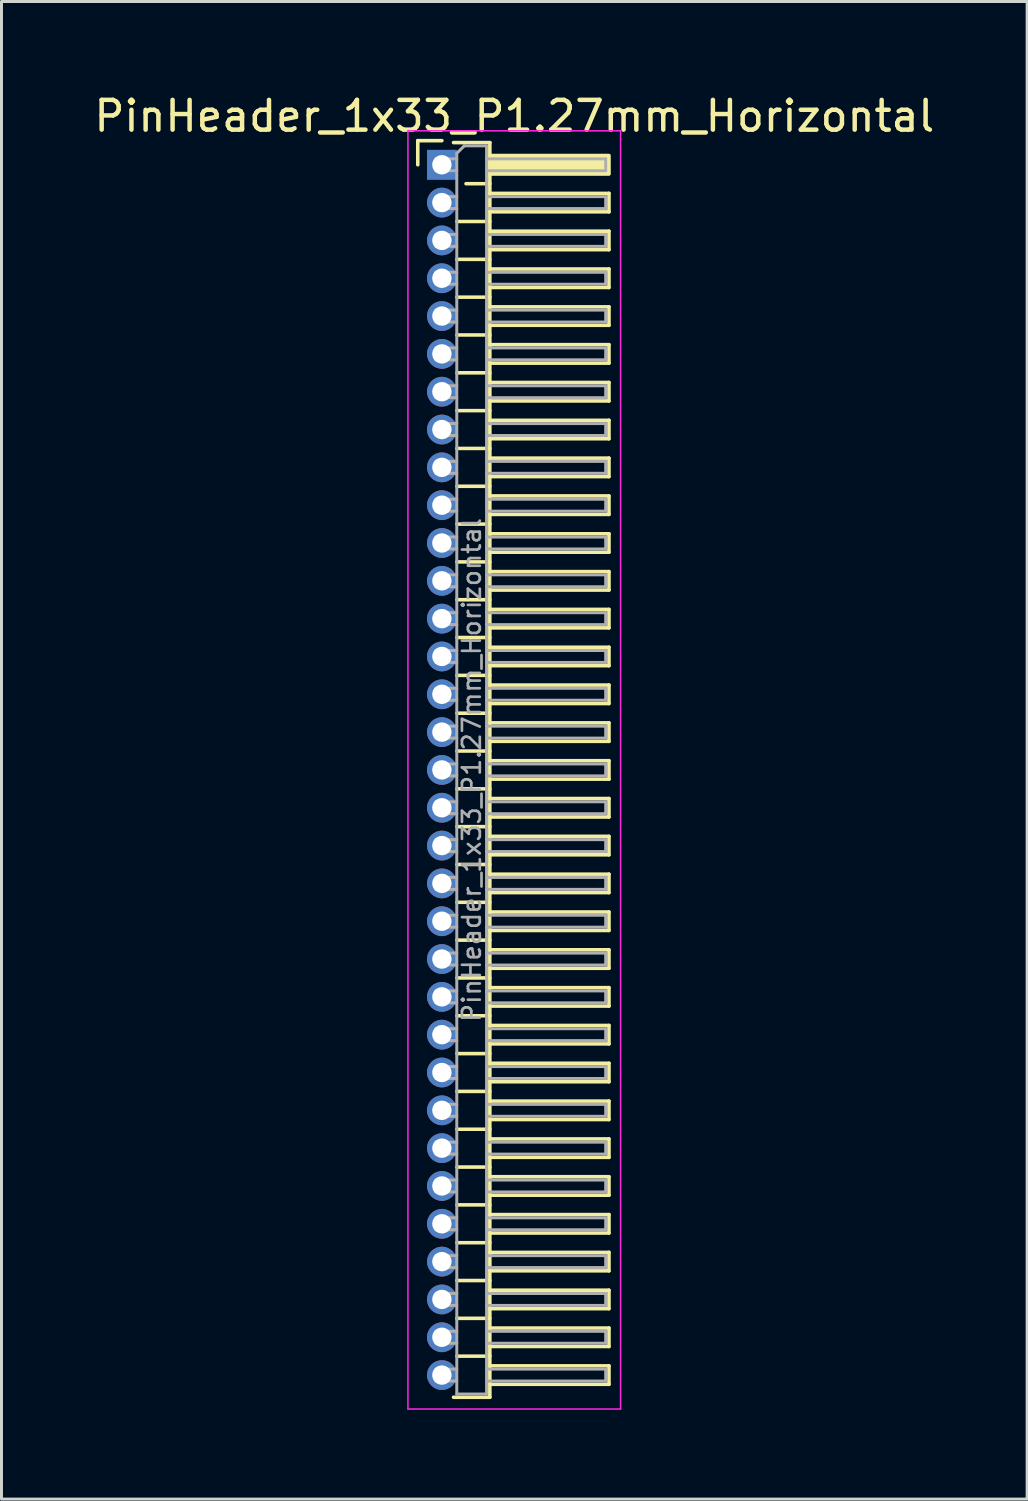
<source format=kicad_pcb>
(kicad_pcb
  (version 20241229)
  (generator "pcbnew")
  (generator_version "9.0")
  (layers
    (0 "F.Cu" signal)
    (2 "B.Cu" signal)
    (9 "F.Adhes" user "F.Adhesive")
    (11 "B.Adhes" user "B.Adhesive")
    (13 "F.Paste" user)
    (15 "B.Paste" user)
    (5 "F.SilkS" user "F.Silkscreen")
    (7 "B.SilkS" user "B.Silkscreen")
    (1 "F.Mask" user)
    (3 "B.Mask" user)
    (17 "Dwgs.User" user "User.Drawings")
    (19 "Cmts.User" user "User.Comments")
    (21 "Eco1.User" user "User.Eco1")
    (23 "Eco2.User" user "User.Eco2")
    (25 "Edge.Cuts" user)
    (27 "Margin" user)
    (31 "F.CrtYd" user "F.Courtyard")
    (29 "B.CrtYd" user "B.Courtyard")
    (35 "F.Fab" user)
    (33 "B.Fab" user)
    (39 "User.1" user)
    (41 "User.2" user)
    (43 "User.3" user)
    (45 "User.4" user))
  (footprint "PinHeader_1x33_P1.27mm_Horizontal"
    (layer "F.Cu")
    (at 11.788 2.483)
    (property "Reference" "PinHeader_1x33_P1.27mm_Horizontal" (at 2.433 -1.635 0) (layer "F.SilkS") (effects (font (size 1 1) (thickness 0.15))))
    (attr through_hole)
    (fp_line (start -0.81 -0.81) (end 0 -0.81) (stroke (width 0.12) (type solid)) (layer "F.SilkS"))
    (fp_line (start -0.81 0) (end -0.81 -0.81) (stroke (width 0.12) (type solid)) (layer "F.SilkS"))
    (fp_line (start 0.39 -0.745) (end 1.61 -0.745) (stroke (width 0.12) (type solid)) (layer "F.SilkS"))
    (fp_line (start 0.503 1.905) (end 1.61 1.905) (stroke (width 0.12) (type solid)) (layer "F.SilkS"))
    (fp_line (start 0.503 3.175) (end 1.61 3.175) (stroke (width 0.12) (type solid)) (layer "F.SilkS"))
    (fp_line (start 0.503 4.445) (end 1.61 4.445) (stroke (width 0.12) (type solid)) (layer "F.SilkS"))
    (fp_line (start 0.503 5.715) (end 1.61 5.715) (stroke (width 0.12) (type solid)) (layer "F.SilkS"))
    (fp_line (start 0.503 6.985) (end 1.61 6.985) (stroke (width 0.12) (type solid)) (layer "F.SilkS"))
    (fp_line (start 0.503 8.255) (end 1.61 8.255) (stroke (width 0.12) (type solid)) (layer "F.SilkS"))
    (fp_line (start 0.503 9.525) (end 1.61 9.525) (stroke (width 0.12) (type solid)) (layer "F.SilkS"))
    (fp_line (start 0.503 10.795) (end 1.61 10.795) (stroke (width 0.12) (type solid)) (layer "F.SilkS"))
    (fp_line (start 0.503 12.065) (end 1.61 12.065) (stroke (width 0.12) (type solid)) (layer "F.SilkS"))
    (fp_line (start 0.503 13.335) (end 1.61 13.335) (stroke (width 0.12) (type solid)) (layer "F.SilkS"))
    (fp_line (start 0.503 14.605) (end 1.61 14.605) (stroke (width 0.12) (type solid)) (layer "F.SilkS"))
    (fp_line (start 0.503 15.875) (end 1.61 15.875) (stroke (width 0.12) (type solid)) (layer "F.SilkS"))
    (fp_line (start 0.503 17.145) (end 1.61 17.145) (stroke (width 0.12) (type solid)) (layer "F.SilkS"))
    (fp_line (start 0.503 18.415) (end 1.61 18.415) (stroke (width 0.12) (type solid)) (layer "F.SilkS"))
    (fp_line (start 0.503 19.685) (end 1.61 19.685) (stroke (width 0.12) (type solid)) (layer "F.SilkS"))
    (fp_line (start 0.503 20.955) (end 1.61 20.955) (stroke (width 0.12) (type solid)) (layer "F.SilkS"))
    (fp_line (start 0.503 22.225) (end 1.61 22.225) (stroke (width 0.12) (type solid)) (layer "F.SilkS"))
    (fp_line (start 0.503 23.495) (end 1.61 23.495) (stroke (width 0.12) (type solid)) (layer "F.SilkS"))
    (fp_line (start 0.503 24.765) (end 1.61 24.765) (stroke (width 0.12) (type solid)) (layer "F.SilkS"))
    (fp_line (start 0.503 26.035) (end 1.61 26.035) (stroke (width 0.12) (type solid)) (layer "F.SilkS"))
    (fp_line (start 0.503 27.305) (end 1.61 27.305) (stroke (width 0.12) (type solid)) (layer "F.SilkS"))
    (fp_line (start 0.503 28.575) (end 1.61 28.575) (stroke (width 0.12) (type solid)) (layer "F.SilkS"))
    (fp_line (start 0.503 29.845) (end 1.61 29.845) (stroke (width 0.12) (type solid)) (layer "F.SilkS"))
    (fp_line (start 0.503 31.115) (end 1.61 31.115) (stroke (width 0.12) (type solid)) (layer "F.SilkS"))
    (fp_line (start 0.503 32.385) (end 1.61 32.385) (stroke (width 0.12) (type solid)) (layer "F.SilkS"))
    (fp_line (start 0.503 33.655) (end 1.61 33.655) (stroke (width 0.12) (type solid)) (layer "F.SilkS"))
    (fp_line (start 0.503 34.925) (end 1.61 34.925) (stroke (width 0.12) (type solid)) (layer "F.SilkS"))
    (fp_line (start 0.503 36.195) (end 1.61 36.195) (stroke (width 0.12) (type solid)) (layer "F.SilkS"))
    (fp_line (start 0.503 37.465) (end 1.61 37.465) (stroke (width 0.12) (type solid)) (layer "F.SilkS"))
    (fp_line (start 0.503 38.735) (end 1.61 38.735) (stroke (width 0.12) (type solid)) (layer "F.SilkS"))
    (fp_line (start 0.503 40.005) (end 1.61 40.005) (stroke (width 0.12) (type solid)) (layer "F.SilkS"))
    (fp_line (start 0.81 0.635) (end 1.61 0.635) (stroke (width 0.12) (type solid)) (layer "F.SilkS"))
    (fp_line (start 1.61 -0.745) (end 1.61 41.385) (stroke (width 0.12) (type solid)) (layer "F.SilkS"))
    (fp_line (start 1.61 0.96) (end 5.61 0.96) (stroke (width 0.12) (type solid)) (layer "F.SilkS"))
    (fp_line (start 1.61 2.23) (end 5.61 2.23) (stroke (width 0.12) (type solid)) (layer "F.SilkS"))
    (fp_line (start 1.61 3.5) (end 5.61 3.5) (stroke (width 0.12) (type solid)) (layer "F.SilkS"))
    (fp_line (start 1.61 4.77) (end 5.61 4.77) (stroke (width 0.12) (type solid)) (layer "F.SilkS"))
    (fp_line (start 1.61 6.04) (end 5.61 6.04) (stroke (width 0.12) (type solid)) (layer "F.SilkS"))
    (fp_line (start 1.61 7.31) (end 5.61 7.31) (stroke (width 0.12) (type solid)) (layer "F.SilkS"))
    (fp_line (start 1.61 8.58) (end 5.61 8.58) (stroke (width 0.12) (type solid)) (layer "F.SilkS"))
    (fp_line (start 1.61 9.85) (end 5.61 9.85) (stroke (width 0.12) (type solid)) (layer "F.SilkS"))
    (fp_line (start 1.61 11.12) (end 5.61 11.12) (stroke (width 0.12) (type solid)) (layer "F.SilkS"))
    (fp_line (start 1.61 12.39) (end 5.61 12.39) (stroke (width 0.12) (type solid)) (layer "F.SilkS"))
    (fp_line (start 1.61 13.66) (end 5.61 13.66) (stroke (width 0.12) (type solid)) (layer "F.SilkS"))
    (fp_line (start 1.61 14.93) (end 5.61 14.93) (stroke (width 0.12) (type solid)) (layer "F.SilkS"))
    (fp_line (start 1.61 16.2) (end 5.61 16.2) (stroke (width 0.12) (type solid)) (layer "F.SilkS"))
    (fp_line (start 1.61 17.47) (end 5.61 17.47) (stroke (width 0.12) (type solid)) (layer "F.SilkS"))
    (fp_line (start 1.61 18.74) (end 5.61 18.74) (stroke (width 0.12) (type solid)) (layer "F.SilkS"))
    (fp_line (start 1.61 20.01) (end 5.61 20.01) (stroke (width 0.12) (type solid)) (layer "F.SilkS"))
    (fp_line (start 1.61 21.28) (end 5.61 21.28) (stroke (width 0.12) (type solid)) (layer "F.SilkS"))
    (fp_line (start 1.61 22.55) (end 5.61 22.55) (stroke (width 0.12) (type solid)) (layer "F.SilkS"))
    (fp_line (start 1.61 23.82) (end 5.61 23.82) (stroke (width 0.12) (type solid)) (layer "F.SilkS"))
    (fp_line (start 1.61 25.09) (end 5.61 25.09) (stroke (width 0.12) (type solid)) (layer "F.SilkS"))
    (fp_line (start 1.61 26.36) (end 5.61 26.36) (stroke (width 0.12) (type solid)) (layer "F.SilkS"))
    (fp_line (start 1.61 27.63) (end 5.61 27.63) (stroke (width 0.12) (type solid)) (layer "F.SilkS"))
    (fp_line (start 1.61 28.9) (end 5.61 28.9) (stroke (width 0.12) (type solid)) (layer "F.SilkS"))
    (fp_line (start 1.61 30.17) (end 5.61 30.17) (stroke (width 0.12) (type solid)) (layer "F.SilkS"))
    (fp_line (start 1.61 31.44) (end 5.61 31.44) (stroke (width 0.12) (type solid)) (layer "F.SilkS"))
    (fp_line (start 1.61 32.71) (end 5.61 32.71) (stroke (width 0.12) (type solid)) (layer "F.SilkS"))
    (fp_line (start 1.61 33.98) (end 5.61 33.98) (stroke (width 0.12) (type solid)) (layer "F.SilkS"))
    (fp_line (start 1.61 35.25) (end 5.61 35.25) (stroke (width 0.12) (type solid)) (layer "F.SilkS"))
    (fp_line (start 1.61 36.52) (end 5.61 36.52) (stroke (width 0.12) (type solid)) (layer "F.SilkS"))
    (fp_line (start 1.61 37.79) (end 5.61 37.79) (stroke (width 0.12) (type solid)) (layer "F.SilkS"))
    (fp_line (start 1.61 39.06) (end 5.61 39.06) (stroke (width 0.12) (type solid)) (layer "F.SilkS"))
    (fp_line (start 1.61 40.33) (end 5.61 40.33) (stroke (width 0.12) (type solid)) (layer "F.SilkS"))
    (fp_line (start 1.61 41.385) (end 0.39 41.385) (stroke (width 0.12) (type solid)) (layer "F.SilkS"))
    (fp_line (start 5.61 0.96) (end 5.61 1.58) (stroke (width 0.12) (type solid)) (layer "F.SilkS"))
    (fp_line (start 5.61 1.58) (end 1.61 1.58) (stroke (width 0.12) (type solid)) (layer "F.SilkS"))
    (fp_line (start 5.61 2.23) (end 5.61 2.85) (stroke (width 0.12) (type solid)) (layer "F.SilkS"))
    (fp_line (start 5.61 2.85) (end 1.61 2.85) (stroke (width 0.12) (type solid)) (layer "F.SilkS"))
    (fp_line (start 5.61 3.5) (end 5.61 4.12) (stroke (width 0.12) (type solid)) (layer "F.SilkS"))
    (fp_line (start 5.61 4.12) (end 1.61 4.12) (stroke (width 0.12) (type solid)) (layer "F.SilkS"))
    (fp_line (start 5.61 4.77) (end 5.61 5.39) (stroke (width 0.12) (type solid)) (layer "F.SilkS"))
    (fp_line (start 5.61 5.39) (end 1.61 5.39) (stroke (width 0.12) (type solid)) (layer "F.SilkS"))
    (fp_line (start 5.61 6.04) (end 5.61 6.66) (stroke (width 0.12) (type solid)) (layer "F.SilkS"))
    (fp_line (start 5.61 6.66) (end 1.61 6.66) (stroke (width 0.12) (type solid)) (layer "F.SilkS"))
    (fp_line (start 5.61 7.31) (end 5.61 7.93) (stroke (width 0.12) (type solid)) (layer "F.SilkS"))
    (fp_line (start 5.61 7.93) (end 1.61 7.93) (stroke (width 0.12) (type solid)) (layer "F.SilkS"))
    (fp_line (start 5.61 8.58) (end 5.61 9.2) (stroke (width 0.12) (type solid)) (layer "F.SilkS"))
    (fp_line (start 5.61 9.2) (end 1.61 9.2) (stroke (width 0.12) (type solid)) (layer "F.SilkS"))
    (fp_line (start 5.61 9.85) (end 5.61 10.47) (stroke (width 0.12) (type solid)) (layer "F.SilkS"))
    (fp_line (start 5.61 10.47) (end 1.61 10.47) (stroke (width 0.12) (type solid)) (layer "F.SilkS"))
    (fp_line (start 5.61 11.12) (end 5.61 11.74) (stroke (width 0.12) (type solid)) (layer "F.SilkS"))
    (fp_line (start 5.61 11.74) (end 1.61 11.74) (stroke (width 0.12) (type solid)) (layer "F.SilkS"))
    (fp_line (start 5.61 12.39) (end 5.61 13.01) (stroke (width 0.12) (type solid)) (layer "F.SilkS"))
    (fp_line (start 5.61 13.01) (end 1.61 13.01) (stroke (width 0.12) (type solid)) (layer "F.SilkS"))
    (fp_line (start 5.61 13.66) (end 5.61 14.28) (stroke (width 0.12) (type solid)) (layer "F.SilkS"))
    (fp_line (start 5.61 14.28) (end 1.61 14.28) (stroke (width 0.12) (type solid)) (layer "F.SilkS"))
    (fp_line (start 5.61 14.93) (end 5.61 15.55) (stroke (width 0.12) (type solid)) (layer "F.SilkS"))
    (fp_line (start 5.61 15.55) (end 1.61 15.55) (stroke (width 0.12) (type solid)) (layer "F.SilkS"))
    (fp_line (start 5.61 16.2) (end 5.61 16.82) (stroke (width 0.12) (type solid)) (layer "F.SilkS"))
    (fp_line (start 5.61 16.82) (end 1.61 16.82) (stroke (width 0.12) (type solid)) (layer "F.SilkS"))
    (fp_line (start 5.61 17.47) (end 5.61 18.09) (stroke (width 0.12) (type solid)) (layer "F.SilkS"))
    (fp_line (start 5.61 18.09) (end 1.61 18.09) (stroke (width 0.12) (type solid)) (layer "F.SilkS"))
    (fp_line (start 5.61 18.74) (end 5.61 19.36) (stroke (width 0.12) (type solid)) (layer "F.SilkS"))
    (fp_line (start 5.61 19.36) (end 1.61 19.36) (stroke (width 0.12) (type solid)) (layer "F.SilkS"))
    (fp_line (start 5.61 20.01) (end 5.61 20.63) (stroke (width 0.12) (type solid)) (layer "F.SilkS"))
    (fp_line (start 5.61 20.63) (end 1.61 20.63) (stroke (width 0.12) (type solid)) (layer "F.SilkS"))
    (fp_line (start 5.61 21.28) (end 5.61 21.9) (stroke (width 0.12) (type solid)) (layer "F.SilkS"))
    (fp_line (start 5.61 21.9) (end 1.61 21.9) (stroke (width 0.12) (type solid)) (layer "F.SilkS"))
    (fp_line (start 5.61 22.55) (end 5.61 23.17) (stroke (width 0.12) (type solid)) (layer "F.SilkS"))
    (fp_line (start 5.61 23.17) (end 1.61 23.17) (stroke (width 0.12) (type solid)) (layer "F.SilkS"))
    (fp_line (start 5.61 23.82) (end 5.61 24.44) (stroke (width 0.12) (type solid)) (layer "F.SilkS"))
    (fp_line (start 5.61 24.44) (end 1.61 24.44) (stroke (width 0.12) (type solid)) (layer "F.SilkS"))
    (fp_line (start 5.61 25.09) (end 5.61 25.71) (stroke (width 0.12) (type solid)) (layer "F.SilkS"))
    (fp_line (start 5.61 25.71) (end 1.61 25.71) (stroke (width 0.12) (type solid)) (layer "F.SilkS"))
    (fp_line (start 5.61 26.36) (end 5.61 26.98) (stroke (width 0.12) (type solid)) (layer "F.SilkS"))
    (fp_line (start 5.61 26.98) (end 1.61 26.98) (stroke (width 0.12) (type solid)) (layer "F.SilkS"))
    (fp_line (start 5.61 27.63) (end 5.61 28.25) (stroke (width 0.12) (type solid)) (layer "F.SilkS"))
    (fp_line (start 5.61 28.25) (end 1.61 28.25) (stroke (width 0.12) (type solid)) (layer "F.SilkS"))
    (fp_line (start 5.61 28.9) (end 5.61 29.52) (stroke (width 0.12) (type solid)) (layer "F.SilkS"))
    (fp_line (start 5.61 29.52) (end 1.61 29.52) (stroke (width 0.12) (type solid)) (layer "F.SilkS"))
    (fp_line (start 5.61 30.17) (end 5.61 30.79) (stroke (width 0.12) (type solid)) (layer "F.SilkS"))
    (fp_line (start 5.61 30.79) (end 1.61 30.79) (stroke (width 0.12) (type solid)) (layer "F.SilkS"))
    (fp_line (start 5.61 31.44) (end 5.61 32.06) (stroke (width 0.12) (type solid)) (layer "F.SilkS"))
    (fp_line (start 5.61 32.06) (end 1.61 32.06) (stroke (width 0.12) (type solid)) (layer "F.SilkS"))
    (fp_line (start 5.61 32.71) (end 5.61 33.33) (stroke (width 0.12) (type solid)) (layer "F.SilkS"))
    (fp_line (start 5.61 33.33) (end 1.61 33.33) (stroke (width 0.12) (type solid)) (layer "F.SilkS"))
    (fp_line (start 5.61 33.98) (end 5.61 34.6) (stroke (width 0.12) (type solid)) (layer "F.SilkS"))
    (fp_line (start 5.61 34.6) (end 1.61 34.6) (stroke (width 0.12) (type solid)) (layer "F.SilkS"))
    (fp_line (start 5.61 35.25) (end 5.61 35.87) (stroke (width 0.12) (type solid)) (layer "F.SilkS"))
    (fp_line (start 5.61 35.87) (end 1.61 35.87) (stroke (width 0.12) (type solid)) (layer "F.SilkS"))
    (fp_line (start 5.61 36.52) (end 5.61 37.14) (stroke (width 0.12) (type solid)) (layer "F.SilkS"))
    (fp_line (start 5.61 37.14) (end 1.61 37.14) (stroke (width 0.12) (type solid)) (layer "F.SilkS"))
    (fp_line (start 5.61 37.79) (end 5.61 38.41) (stroke (width 0.12) (type solid)) (layer "F.SilkS"))
    (fp_line (start 5.61 38.41) (end 1.61 38.41) (stroke (width 0.12) (type solid)) (layer "F.SilkS"))
    (fp_line (start 5.61 39.06) (end 5.61 39.68) (stroke (width 0.12) (type solid)) (layer "F.SilkS"))
    (fp_line (start 5.61 39.68) (end 1.61 39.68) (stroke (width 0.12) (type solid)) (layer "F.SilkS"))
    (fp_line (start 5.61 40.33) (end 5.61 40.95) (stroke (width 0.12) (type solid)) (layer "F.SilkS"))
    (fp_line (start 5.61 40.95) (end 1.61 40.95) (stroke (width 0.12) (type solid)) (layer "F.SilkS"))
    (fp_rect (start 1.61 -0.31) (end 5.61 0.31) (stroke (width 0.12) (type solid)) (fill yes) (layer "F.SilkS"))
    (fp_line (start -1.14 -1.14) (end -1.14 41.78) (stroke (width 0.05) (type solid)) (layer "F.CrtYd"))
    (fp_line (start -1.14 41.78) (end 6 41.78) (stroke (width 0.05) (type solid)) (layer "F.CrtYd"))
    (fp_line (start 6 -1.14) (end -1.14 -1.14) (stroke (width 0.05) (type solid)) (layer "F.CrtYd"))
    (fp_line (start 6 41.78) (end 6 -1.14) (stroke (width 0.05) (type solid)) (layer "F.CrtYd"))
    (fp_line (start -0.2 -0.2) (end -0.2 0.2) (stroke (width 0.1) (type solid)) (layer "F.Fab"))
    (fp_line (start -0.2 -0.2) (end 0.5 -0.2) (stroke (width 0.1) (type solid)) (layer "F.Fab"))
    (fp_line (start -0.2 0.2) (end 0.5 0.2) (stroke (width 0.1) (type solid)) (layer "F.Fab"))
    (fp_line (start -0.2 1.07) (end -0.2 1.47) (stroke (width 0.1) (type solid)) (layer "F.Fab"))
    (fp_line (start -0.2 1.07) (end 0.5 1.07) (stroke (width 0.1) (type solid)) (layer "F.Fab"))
    (fp_line (start -0.2 1.47) (end 0.5 1.47) (stroke (width 0.1) (type solid)) (layer "F.Fab"))
    (fp_line (start -0.2 2.34) (end -0.2 2.74) (stroke (width 0.1) (type solid)) (layer "F.Fab"))
    (fp_line (start -0.2 2.34) (end 0.5 2.34) (stroke (width 0.1) (type solid)) (layer "F.Fab"))
    (fp_line (start -0.2 2.74) (end 0.5 2.74) (stroke (width 0.1) (type solid)) (layer "F.Fab"))
    (fp_line (start -0.2 3.61) (end -0.2 4.01) (stroke (width 0.1) (type solid)) (layer "F.Fab"))
    (fp_line (start -0.2 3.61) (end 0.5 3.61) (stroke (width 0.1) (type solid)) (layer "F.Fab"))
    (fp_line (start -0.2 4.01) (end 0.5 4.01) (stroke (width 0.1) (type solid)) (layer "F.Fab"))
    (fp_line (start -0.2 4.88) (end -0.2 5.28) (stroke (width 0.1) (type solid)) (layer "F.Fab"))
    (fp_line (start -0.2 4.88) (end 0.5 4.88) (stroke (width 0.1) (type solid)) (layer "F.Fab"))
    (fp_line (start -0.2 5.28) (end 0.5 5.28) (stroke (width 0.1) (type solid)) (layer "F.Fab"))
    (fp_line (start -0.2 6.15) (end -0.2 6.55) (stroke (width 0.1) (type solid)) (layer "F.Fab"))
    (fp_line (start -0.2 6.15) (end 0.5 6.15) (stroke (width 0.1) (type solid)) (layer "F.Fab"))
    (fp_line (start -0.2 6.55) (end 0.5 6.55) (stroke (width 0.1) (type solid)) (layer "F.Fab"))
    (fp_line (start -0.2 7.42) (end -0.2 7.82) (stroke (width 0.1) (type solid)) (layer "F.Fab"))
    (fp_line (start -0.2 7.42) (end 0.5 7.42) (stroke (width 0.1) (type solid)) (layer "F.Fab"))
    (fp_line (start -0.2 7.82) (end 0.5 7.82) (stroke (width 0.1) (type solid)) (layer "F.Fab"))
    (fp_line (start -0.2 8.69) (end -0.2 9.09) (stroke (width 0.1) (type solid)) (layer "F.Fab"))
    (fp_line (start -0.2 8.69) (end 0.5 8.69) (stroke (width 0.1) (type solid)) (layer "F.Fab"))
    (fp_line (start -0.2 9.09) (end 0.5 9.09) (stroke (width 0.1) (type solid)) (layer "F.Fab"))
    (fp_line (start -0.2 9.96) (end -0.2 10.36) (stroke (width 0.1) (type solid)) (layer "F.Fab"))
    (fp_line (start -0.2 9.96) (end 0.5 9.96) (stroke (width 0.1) (type solid)) (layer "F.Fab"))
    (fp_line (start -0.2 10.36) (end 0.5 10.36) (stroke (width 0.1) (type solid)) (layer "F.Fab"))
    (fp_line (start -0.2 11.23) (end -0.2 11.63) (stroke (width 0.1) (type solid)) (layer "F.Fab"))
    (fp_line (start -0.2 11.23) (end 0.5 11.23) (stroke (width 0.1) (type solid)) (layer "F.Fab"))
    (fp_line (start -0.2 11.63) (end 0.5 11.63) (stroke (width 0.1) (type solid)) (layer "F.Fab"))
    (fp_line (start -0.2 12.5) (end -0.2 12.9) (stroke (width 0.1) (type solid)) (layer "F.Fab"))
    (fp_line (start -0.2 12.5) (end 0.5 12.5) (stroke (width 0.1) (type solid)) (layer "F.Fab"))
    (fp_line (start -0.2 12.9) (end 0.5 12.9) (stroke (width 0.1) (type solid)) (layer "F.Fab"))
    (fp_line (start -0.2 13.77) (end -0.2 14.17) (stroke (width 0.1) (type solid)) (layer "F.Fab"))
    (fp_line (start -0.2 13.77) (end 0.5 13.77) (stroke (width 0.1) (type solid)) (layer "F.Fab"))
    (fp_line (start -0.2 14.17) (end 0.5 14.17) (stroke (width 0.1) (type solid)) (layer "F.Fab"))
    (fp_line (start -0.2 15.04) (end -0.2 15.44) (stroke (width 0.1) (type solid)) (layer "F.Fab"))
    (fp_line (start -0.2 15.04) (end 0.5 15.04) (stroke (width 0.1) (type solid)) (layer "F.Fab"))
    (fp_line (start -0.2 15.44) (end 0.5 15.44) (stroke (width 0.1) (type solid)) (layer "F.Fab"))
    (fp_line (start -0.2 16.31) (end -0.2 16.71) (stroke (width 0.1) (type solid)) (layer "F.Fab"))
    (fp_line (start -0.2 16.31) (end 0.5 16.31) (stroke (width 0.1) (type solid)) (layer "F.Fab"))
    (fp_line (start -0.2 16.71) (end 0.5 16.71) (stroke (width 0.1) (type solid)) (layer "F.Fab"))
    (fp_line (start -0.2 17.58) (end -0.2 17.98) (stroke (width 0.1) (type solid)) (layer "F.Fab"))
    (fp_line (start -0.2 17.58) (end 0.5 17.58) (stroke (width 0.1) (type solid)) (layer "F.Fab"))
    (fp_line (start -0.2 17.98) (end 0.5 17.98) (stroke (width 0.1) (type solid)) (layer "F.Fab"))
    (fp_line (start -0.2 18.85) (end -0.2 19.25) (stroke (width 0.1) (type solid)) (layer "F.Fab"))
    (fp_line (start -0.2 18.85) (end 0.5 18.85) (stroke (width 0.1) (type solid)) (layer "F.Fab"))
    (fp_line (start -0.2 19.25) (end 0.5 19.25) (stroke (width 0.1) (type solid)) (layer "F.Fab"))
    (fp_line (start -0.2 20.12) (end -0.2 20.52) (stroke (width 0.1) (type solid)) (layer "F.Fab"))
    (fp_line (start -0.2 20.12) (end 0.5 20.12) (stroke (width 0.1) (type solid)) (layer "F.Fab"))
    (fp_line (start -0.2 20.52) (end 0.5 20.52) (stroke (width 0.1) (type solid)) (layer "F.Fab"))
    (fp_line (start -0.2 21.39) (end -0.2 21.79) (stroke (width 0.1) (type solid)) (layer "F.Fab"))
    (fp_line (start -0.2 21.39) (end 0.5 21.39) (stroke (width 0.1) (type solid)) (layer "F.Fab"))
    (fp_line (start -0.2 21.79) (end 0.5 21.79) (stroke (width 0.1) (type solid)) (layer "F.Fab"))
    (fp_line (start -0.2 22.66) (end -0.2 23.06) (stroke (width 0.1) (type solid)) (layer "F.Fab"))
    (fp_line (start -0.2 22.66) (end 0.5 22.66) (stroke (width 0.1) (type solid)) (layer "F.Fab"))
    (fp_line (start -0.2 23.06) (end 0.5 23.06) (stroke (width 0.1) (type solid)) (layer "F.Fab"))
    (fp_line (start -0.2 23.93) (end -0.2 24.33) (stroke (width 0.1) (type solid)) (layer "F.Fab"))
    (fp_line (start -0.2 23.93) (end 0.5 23.93) (stroke (width 0.1) (type solid)) (layer "F.Fab"))
    (fp_line (start -0.2 24.33) (end 0.5 24.33) (stroke (width 0.1) (type solid)) (layer "F.Fab"))
    (fp_line (start -0.2 25.2) (end -0.2 25.6) (stroke (width 0.1) (type solid)) (layer "F.Fab"))
    (fp_line (start -0.2 25.2) (end 0.5 25.2) (stroke (width 0.1) (type solid)) (layer "F.Fab"))
    (fp_line (start -0.2 25.6) (end 0.5 25.6) (stroke (width 0.1) (type solid)) (layer "F.Fab"))
    (fp_line (start -0.2 26.47) (end -0.2 26.87) (stroke (width 0.1) (type solid)) (layer "F.Fab"))
    (fp_line (start -0.2 26.47) (end 0.5 26.47) (stroke (width 0.1) (type solid)) (layer "F.Fab"))
    (fp_line (start -0.2 26.87) (end 0.5 26.87) (stroke (width 0.1) (type solid)) (layer "F.Fab"))
    (fp_line (start -0.2 27.74) (end -0.2 28.14) (stroke (width 0.1) (type solid)) (layer "F.Fab"))
    (fp_line (start -0.2 27.74) (end 0.5 27.74) (stroke (width 0.1) (type solid)) (layer "F.Fab"))
    (fp_line (start -0.2 28.14) (end 0.5 28.14) (stroke (width 0.1) (type solid)) (layer "F.Fab"))
    (fp_line (start -0.2 29.01) (end -0.2 29.41) (stroke (width 0.1) (type solid)) (layer "F.Fab"))
    (fp_line (start -0.2 29.01) (end 0.5 29.01) (stroke (width 0.1) (type solid)) (layer "F.Fab"))
    (fp_line (start -0.2 29.41) (end 0.5 29.41) (stroke (width 0.1) (type solid)) (layer "F.Fab"))
    (fp_line (start -0.2 30.28) (end -0.2 30.68) (stroke (width 0.1) (type solid)) (layer "F.Fab"))
    (fp_line (start -0.2 30.28) (end 0.5 30.28) (stroke (width 0.1) (type solid)) (layer "F.Fab"))
    (fp_line (start -0.2 30.68) (end 0.5 30.68) (stroke (width 0.1) (type solid)) (layer "F.Fab"))
    (fp_line (start -0.2 31.55) (end -0.2 31.95) (stroke (width 0.1) (type solid)) (layer "F.Fab"))
    (fp_line (start -0.2 31.55) (end 0.5 31.55) (stroke (width 0.1) (type solid)) (layer "F.Fab"))
    (fp_line (start -0.2 31.95) (end 0.5 31.95) (stroke (width 0.1) (type solid)) (layer "F.Fab"))
    (fp_line (start -0.2 32.82) (end -0.2 33.22) (stroke (width 0.1) (type solid)) (layer "F.Fab"))
    (fp_line (start -0.2 32.82) (end 0.5 32.82) (stroke (width 0.1) (type solid)) (layer "F.Fab"))
    (fp_line (start -0.2 33.22) (end 0.5 33.22) (stroke (width 0.1) (type solid)) (layer "F.Fab"))
    (fp_line (start -0.2 34.09) (end -0.2 34.49) (stroke (width 0.1) (type solid)) (layer "F.Fab"))
    (fp_line (start -0.2 34.09) (end 0.5 34.09) (stroke (width 0.1) (type solid)) (layer "F.Fab"))
    (fp_line (start -0.2 34.49) (end 0.5 34.49) (stroke (width 0.1) (type solid)) (layer "F.Fab"))
    (fp_line (start -0.2 35.36) (end -0.2 35.76) (stroke (width 0.1) (type solid)) (layer "F.Fab"))
    (fp_line (start -0.2 35.36) (end 0.5 35.36) (stroke (width 0.1) (type solid)) (layer "F.Fab"))
    (fp_line (start -0.2 35.76) (end 0.5 35.76) (stroke (width 0.1) (type solid)) (layer "F.Fab"))
    (fp_line (start -0.2 36.63) (end -0.2 37.03) (stroke (width 0.1) (type solid)) (layer "F.Fab"))
    (fp_line (start -0.2 36.63) (end 0.5 36.63) (stroke (width 0.1) (type solid)) (layer "F.Fab"))
    (fp_line (start -0.2 37.03) (end 0.5 37.03) (stroke (width 0.1) (type solid)) (layer "F.Fab"))
    (fp_line (start -0.2 37.9) (end -0.2 38.3) (stroke (width 0.1) (type solid)) (layer "F.Fab"))
    (fp_line (start -0.2 37.9) (end 0.5 37.9) (stroke (width 0.1) (type solid)) (layer "F.Fab"))
    (fp_line (start -0.2 38.3) (end 0.5 38.3) (stroke (width 0.1) (type solid)) (layer "F.Fab"))
    (fp_line (start -0.2 39.17) (end -0.2 39.57) (stroke (width 0.1) (type solid)) (layer "F.Fab"))
    (fp_line (start -0.2 39.17) (end 0.5 39.17) (stroke (width 0.1) (type solid)) (layer "F.Fab"))
    (fp_line (start -0.2 39.57) (end 0.5 39.57) (stroke (width 0.1) (type solid)) (layer "F.Fab"))
    (fp_line (start -0.2 40.44) (end -0.2 40.84) (stroke (width 0.1) (type solid)) (layer "F.Fab"))
    (fp_line (start -0.2 40.44) (end 0.5 40.44) (stroke (width 0.1) (type solid)) (layer "F.Fab"))
    (fp_line (start -0.2 40.84) (end 0.5 40.84) (stroke (width 0.1) (type solid)) (layer "F.Fab"))
    (fp_line (start 0.5 -0.385) (end 0.75 -0.635) (stroke (width 0.1) (type solid)) (layer "F.Fab"))
    (fp_line (start 0.5 41.275) (end 0.5 -0.385) (stroke (width 0.1) (type solid)) (layer "F.Fab"))
    (fp_line (start 0.75 -0.635) (end 1.5 -0.635) (stroke (width 0.1) (type solid)) (layer "F.Fab"))
    (fp_line (start 1.5 -0.635) (end 1.5 41.275) (stroke (width 0.1) (type solid)) (layer "F.Fab"))
    (fp_line (start 1.5 -0.2) (end 5.5 -0.2) (stroke (width 0.1) (type solid)) (layer "F.Fab"))
    (fp_line (start 1.5 0.2) (end 5.5 0.2) (stroke (width 0.1) (type solid)) (layer "F.Fab"))
    (fp_line (start 1.5 1.07) (end 5.5 1.07) (stroke (width 0.1) (type solid)) (layer "F.Fab"))
    (fp_line (start 1.5 1.47) (end 5.5 1.47) (stroke (width 0.1) (type solid)) (layer "F.Fab"))
    (fp_line (start 1.5 2.34) (end 5.5 2.34) (stroke (width 0.1) (type solid)) (layer "F.Fab"))
    (fp_line (start 1.5 2.74) (end 5.5 2.74) (stroke (width 0.1) (type solid)) (layer "F.Fab"))
    (fp_line (start 1.5 3.61) (end 5.5 3.61) (stroke (width 0.1) (type solid)) (layer "F.Fab"))
    (fp_line (start 1.5 4.01) (end 5.5 4.01) (stroke (width 0.1) (type solid)) (layer "F.Fab"))
    (fp_line (start 1.5 4.88) (end 5.5 4.88) (stroke (width 0.1) (type solid)) (layer "F.Fab"))
    (fp_line (start 1.5 5.28) (end 5.5 5.28) (stroke (width 0.1) (type solid)) (layer "F.Fab"))
    (fp_line (start 1.5 6.15) (end 5.5 6.15) (stroke (width 0.1) (type solid)) (layer "F.Fab"))
    (fp_line (start 1.5 6.55) (end 5.5 6.55) (stroke (width 0.1) (type solid)) (layer "F.Fab"))
    (fp_line (start 1.5 7.42) (end 5.5 7.42) (stroke (width 0.1) (type solid)) (layer "F.Fab"))
    (fp_line (start 1.5 7.82) (end 5.5 7.82) (stroke (width 0.1) (type solid)) (layer "F.Fab"))
    (fp_line (start 1.5 8.69) (end 5.5 8.69) (stroke (width 0.1) (type solid)) (layer "F.Fab"))
    (fp_line (start 1.5 9.09) (end 5.5 9.09) (stroke (width 0.1) (type solid)) (layer "F.Fab"))
    (fp_line (start 1.5 9.96) (end 5.5 9.96) (stroke (width 0.1) (type solid)) (layer "F.Fab"))
    (fp_line (start 1.5 10.36) (end 5.5 10.36) (stroke (width 0.1) (type solid)) (layer "F.Fab"))
    (fp_line (start 1.5 11.23) (end 5.5 11.23) (stroke (width 0.1) (type solid)) (layer "F.Fab"))
    (fp_line (start 1.5 11.63) (end 5.5 11.63) (stroke (width 0.1) (type solid)) (layer "F.Fab"))
    (fp_line (start 1.5 12.5) (end 5.5 12.5) (stroke (width 0.1) (type solid)) (layer "F.Fab"))
    (fp_line (start 1.5 12.9) (end 5.5 12.9) (stroke (width 0.1) (type solid)) (layer "F.Fab"))
    (fp_line (start 1.5 13.77) (end 5.5 13.77) (stroke (width 0.1) (type solid)) (layer "F.Fab"))
    (fp_line (start 1.5 14.17) (end 5.5 14.17) (stroke (width 0.1) (type solid)) (layer "F.Fab"))
    (fp_line (start 1.5 15.04) (end 5.5 15.04) (stroke (width 0.1) (type solid)) (layer "F.Fab"))
    (fp_line (start 1.5 15.44) (end 5.5 15.44) (stroke (width 0.1) (type solid)) (layer "F.Fab"))
    (fp_line (start 1.5 16.31) (end 5.5 16.31) (stroke (width 0.1) (type solid)) (layer "F.Fab"))
    (fp_line (start 1.5 16.71) (end 5.5 16.71) (stroke (width 0.1) (type solid)) (layer "F.Fab"))
    (fp_line (start 1.5 17.58) (end 5.5 17.58) (stroke (width 0.1) (type solid)) (layer "F.Fab"))
    (fp_line (start 1.5 17.98) (end 5.5 17.98) (stroke (width 0.1) (type solid)) (layer "F.Fab"))
    (fp_line (start 1.5 18.85) (end 5.5 18.85) (stroke (width 0.1) (type solid)) (layer "F.Fab"))
    (fp_line (start 1.5 19.25) (end 5.5 19.25) (stroke (width 0.1) (type solid)) (layer "F.Fab"))
    (fp_line (start 1.5 20.12) (end 5.5 20.12) (stroke (width 0.1) (type solid)) (layer "F.Fab"))
    (fp_line (start 1.5 20.52) (end 5.5 20.52) (stroke (width 0.1) (type solid)) (layer "F.Fab"))
    (fp_line (start 1.5 21.39) (end 5.5 21.39) (stroke (width 0.1) (type solid)) (layer "F.Fab"))
    (fp_line (start 1.5 21.79) (end 5.5 21.79) (stroke (width 0.1) (type solid)) (layer "F.Fab"))
    (fp_line (start 1.5 22.66) (end 5.5 22.66) (stroke (width 0.1) (type solid)) (layer "F.Fab"))
    (fp_line (start 1.5 23.06) (end 5.5 23.06) (stroke (width 0.1) (type solid)) (layer "F.Fab"))
    (fp_line (start 1.5 23.93) (end 5.5 23.93) (stroke (width 0.1) (type solid)) (layer "F.Fab"))
    (fp_line (start 1.5 24.33) (end 5.5 24.33) (stroke (width 0.1) (type solid)) (layer "F.Fab"))
    (fp_line (start 1.5 25.2) (end 5.5 25.2) (stroke (width 0.1) (type solid)) (layer "F.Fab"))
    (fp_line (start 1.5 25.6) (end 5.5 25.6) (stroke (width 0.1) (type solid)) (layer "F.Fab"))
    (fp_line (start 1.5 26.47) (end 5.5 26.47) (stroke (width 0.1) (type solid)) (layer "F.Fab"))
    (fp_line (start 1.5 26.87) (end 5.5 26.87) (stroke (width 0.1) (type solid)) (layer "F.Fab"))
    (fp_line (start 1.5 27.74) (end 5.5 27.74) (stroke (width 0.1) (type solid)) (layer "F.Fab"))
    (fp_line (start 1.5 28.14) (end 5.5 28.14) (stroke (width 0.1) (type solid)) (layer "F.Fab"))
    (fp_line (start 1.5 29.01) (end 5.5 29.01) (stroke (width 0.1) (type solid)) (layer "F.Fab"))
    (fp_line (start 1.5 29.41) (end 5.5 29.41) (stroke (width 0.1) (type solid)) (layer "F.Fab"))
    (fp_line (start 1.5 30.28) (end 5.5 30.28) (stroke (width 0.1) (type solid)) (layer "F.Fab"))
    (fp_line (start 1.5 30.68) (end 5.5 30.68) (stroke (width 0.1) (type solid)) (layer "F.Fab"))
    (fp_line (start 1.5 31.55) (end 5.5 31.55) (stroke (width 0.1) (type solid)) (layer "F.Fab"))
    (fp_line (start 1.5 31.95) (end 5.5 31.95) (stroke (width 0.1) (type solid)) (layer "F.Fab"))
    (fp_line (start 1.5 32.82) (end 5.5 32.82) (stroke (width 0.1) (type solid)) (layer "F.Fab"))
    (fp_line (start 1.5 33.22) (end 5.5 33.22) (stroke (width 0.1) (type solid)) (layer "F.Fab"))
    (fp_line (start 1.5 34.09) (end 5.5 34.09) (stroke (width 0.1) (type solid)) (layer "F.Fab"))
    (fp_line (start 1.5 34.49) (end 5.5 34.49) (stroke (width 0.1) (type solid)) (layer "F.Fab"))
    (fp_line (start 1.5 35.36) (end 5.5 35.36) (stroke (width 0.1) (type solid)) (layer "F.Fab"))
    (fp_line (start 1.5 35.76) (end 5.5 35.76) (stroke (width 0.1) (type solid)) (layer "F.Fab"))
    (fp_line (start 1.5 36.63) (end 5.5 36.63) (stroke (width 0.1) (type solid)) (layer "F.Fab"))
    (fp_line (start 1.5 37.03) (end 5.5 37.03) (stroke (width 0.1) (type solid)) (layer "F.Fab"))
    (fp_line (start 1.5 37.9) (end 5.5 37.9) (stroke (width 0.1) (type solid)) (layer "F.Fab"))
    (fp_line (start 1.5 38.3) (end 5.5 38.3) (stroke (width 0.1) (type solid)) (layer "F.Fab"))
    (fp_line (start 1.5 39.17) (end 5.5 39.17) (stroke (width 0.1) (type solid)) (layer "F.Fab"))
    (fp_line (start 1.5 39.57) (end 5.5 39.57) (stroke (width 0.1) (type solid)) (layer "F.Fab"))
    (fp_line (start 1.5 40.44) (end 5.5 40.44) (stroke (width 0.1) (type solid)) (layer "F.Fab"))
    (fp_line (start 1.5 40.84) (end 5.5 40.84) (stroke (width 0.1) (type solid)) (layer "F.Fab"))
    (fp_line (start 1.5 41.275) (end 0.5 41.275) (stroke (width 0.1) (type solid)) (layer "F.Fab"))
    (fp_line (start 5.5 -0.2) (end 5.5 0.2) (stroke (width 0.1) (type solid)) (layer "F.Fab"))
    (fp_line (start 5.5 1.07) (end 5.5 1.47) (stroke (width 0.1) (type solid)) (layer "F.Fab"))
    (fp_line (start 5.5 2.34) (end 5.5 2.74) (stroke (width 0.1) (type solid)) (layer "F.Fab"))
    (fp_line (start 5.5 3.61) (end 5.5 4.01) (stroke (width 0.1) (type solid)) (layer "F.Fab"))
    (fp_line (start 5.5 4.88) (end 5.5 5.28) (stroke (width 0.1) (type solid)) (layer "F.Fab"))
    (fp_line (start 5.5 6.15) (end 5.5 6.55) (stroke (width 0.1) (type solid)) (layer "F.Fab"))
    (fp_line (start 5.5 7.42) (end 5.5 7.82) (stroke (width 0.1) (type solid)) (layer "F.Fab"))
    (fp_line (start 5.5 8.69) (end 5.5 9.09) (stroke (width 0.1) (type solid)) (layer "F.Fab"))
    (fp_line (start 5.5 9.96) (end 5.5 10.36) (stroke (width 0.1) (type solid)) (layer "F.Fab"))
    (fp_line (start 5.5 11.23) (end 5.5 11.63) (stroke (width 0.1) (type solid)) (layer "F.Fab"))
    (fp_line (start 5.5 12.5) (end 5.5 12.9) (stroke (width 0.1) (type solid)) (layer "F.Fab"))
    (fp_line (start 5.5 13.77) (end 5.5 14.17) (stroke (width 0.1) (type solid)) (layer "F.Fab"))
    (fp_line (start 5.5 15.04) (end 5.5 15.44) (stroke (width 0.1) (type solid)) (layer "F.Fab"))
    (fp_line (start 5.5 16.31) (end 5.5 16.71) (stroke (width 0.1) (type solid)) (layer "F.Fab"))
    (fp_line (start 5.5 17.58) (end 5.5 17.98) (stroke (width 0.1) (type solid)) (layer "F.Fab"))
    (fp_line (start 5.5 18.85) (end 5.5 19.25) (stroke (width 0.1) (type solid)) (layer "F.Fab"))
    (fp_line (start 5.5 20.12) (end 5.5 20.52) (stroke (width 0.1) (type solid)) (layer "F.Fab"))
    (fp_line (start 5.5 21.39) (end 5.5 21.79) (stroke (width 0.1) (type solid)) (layer "F.Fab"))
    (fp_line (start 5.5 22.66) (end 5.5 23.06) (stroke (width 0.1) (type solid)) (layer "F.Fab"))
    (fp_line (start 5.5 23.93) (end 5.5 24.33) (stroke (width 0.1) (type solid)) (layer "F.Fab"))
    (fp_line (start 5.5 25.2) (end 5.5 25.6) (stroke (width 0.1) (type solid)) (layer "F.Fab"))
    (fp_line (start 5.5 26.47) (end 5.5 26.87) (stroke (width 0.1) (type solid)) (layer "F.Fab"))
    (fp_line (start 5.5 27.74) (end 5.5 28.14) (stroke (width 0.1) (type solid)) (layer "F.Fab"))
    (fp_line (start 5.5 29.01) (end 5.5 29.41) (stroke (width 0.1) (type solid)) (layer "F.Fab"))
    (fp_line (start 5.5 30.28) (end 5.5 30.68) (stroke (width 0.1) (type solid)) (layer "F.Fab"))
    (fp_line (start 5.5 31.55) (end 5.5 31.95) (stroke (width 0.1) (type solid)) (layer "F.Fab"))
    (fp_line (start 5.5 32.82) (end 5.5 33.22) (stroke (width 0.1) (type solid)) (layer "F.Fab"))
    (fp_line (start 5.5 34.09) (end 5.5 34.49) (stroke (width 0.1) (type solid)) (layer "F.Fab"))
    (fp_line (start 5.5 35.36) (end 5.5 35.76) (stroke (width 0.1) (type solid)) (layer "F.Fab"))
    (fp_line (start 5.5 36.63) (end 5.5 37.03) (stroke (width 0.1) (type solid)) (layer "F.Fab"))
    (fp_line (start 5.5 37.9) (end 5.5 38.3) (stroke (width 0.1) (type solid)) (layer "F.Fab"))
    (fp_line (start 5.5 39.17) (end 5.5 39.57) (stroke (width 0.1) (type solid)) (layer "F.Fab"))
    (fp_line (start 5.5 40.44) (end 5.5 40.84) (stroke (width 0.1) (type solid)) (layer "F.Fab"))
    (fp_text user "${REFERENCE}" (at 1 20.32 90) (layer "F.Fab") (effects (font (size 0.6 0.6) (thickness 0.09))))
    (pad "1" thru_hole rect (at 0 0) (size 1 1) (drill 0.65) (layers "*.Cu" "*.Mask"))
    (pad "2" thru_hole circle (at 0 1.27) (size 1 1) (drill 0.65) (layers "*.Cu" "*.Mask"))
    (pad "3" thru_hole circle (at 0 2.54) (size 1 1) (drill 0.65) (layers "*.Cu" "*.Mask"))
    (pad "4" thru_hole circle (at 0 3.81) (size 1 1) (drill 0.65) (layers "*.Cu" "*.Mask"))
    (pad "5" thru_hole circle (at 0 5.08) (size 1 1) (drill 0.65) (layers "*.Cu" "*.Mask"))
    (pad "6" thru_hole circle (at 0 6.35) (size 1 1) (drill 0.65) (layers "*.Cu" "*.Mask"))
    (pad "7" thru_hole circle (at 0 7.62) (size 1 1) (drill 0.65) (layers "*.Cu" "*.Mask"))
    (pad "8" thru_hole circle (at 0 8.89) (size 1 1) (drill 0.65) (layers "*.Cu" "*.Mask"))
    (pad "9" thru_hole circle (at 0 10.16) (size 1 1) (drill 0.65) (layers "*.Cu" "*.Mask"))
    (pad "10" thru_hole circle (at 0 11.43) (size 1 1) (drill 0.65) (layers "*.Cu" "*.Mask"))
    (pad "11" thru_hole circle (at 0 12.7) (size 1 1) (drill 0.65) (layers "*.Cu" "*.Mask"))
    (pad "12" thru_hole circle (at 0 13.97) (size 1 1) (drill 0.65) (layers "*.Cu" "*.Mask"))
    (pad "13" thru_hole circle (at 0 15.24) (size 1 1) (drill 0.65) (layers "*.Cu" "*.Mask"))
    (pad "14" thru_hole circle (at 0 16.51) (size 1 1) (drill 0.65) (layers "*.Cu" "*.Mask"))
    (pad "15" thru_hole circle (at 0 17.78) (size 1 1) (drill 0.65) (layers "*.Cu" "*.Mask"))
    (pad "16" thru_hole circle (at 0 19.05) (size 1 1) (drill 0.65) (layers "*.Cu" "*.Mask"))
    (pad "17" thru_hole circle (at 0 20.32) (size 1 1) (drill 0.65) (layers "*.Cu" "*.Mask"))
    (pad "18" thru_hole circle (at 0 21.59) (size 1 1) (drill 0.65) (layers "*.Cu" "*.Mask"))
    (pad "19" thru_hole circle (at 0 22.86) (size 1 1) (drill 0.65) (layers "*.Cu" "*.Mask"))
    (pad "20" thru_hole circle (at 0 24.13) (size 1 1) (drill 0.65) (layers "*.Cu" "*.Mask"))
    (pad "21" thru_hole circle (at 0 25.4) (size 1 1) (drill 0.65) (layers "*.Cu" "*.Mask"))
    (pad "22" thru_hole circle (at 0 26.67) (size 1 1) (drill 0.65) (layers "*.Cu" "*.Mask"))
    (pad "23" thru_hole circle (at 0 27.94) (size 1 1) (drill 0.65) (layers "*.Cu" "*.Mask"))
    (pad "24" thru_hole circle (at 0 29.21) (size 1 1) (drill 0.65) (layers "*.Cu" "*.Mask"))
    (pad "25" thru_hole circle (at 0 30.48) (size 1 1) (drill 0.65) (layers "*.Cu" "*.Mask"))
    (pad "26" thru_hole circle (at 0 31.75) (size 1 1) (drill 0.65) (layers "*.Cu" "*.Mask"))
    (pad "27" thru_hole circle (at 0 33.02) (size 1 1) (drill 0.65) (layers "*.Cu" "*.Mask"))
    (pad "28" thru_hole circle (at 0 34.29) (size 1 1) (drill 0.65) (layers "*.Cu" "*.Mask"))
    (pad "29" thru_hole circle (at 0 35.56) (size 1 1) (drill 0.65) (layers "*.Cu" "*.Mask"))
    (pad "30" thru_hole circle (at 0 36.83) (size 1 1) (drill 0.65) (layers "*.Cu" "*.Mask"))
    (pad "31" thru_hole circle (at 0 38.1) (size 1 1) (drill 0.65) (layers "*.Cu" "*.Mask"))
    (pad "32" thru_hole circle (at 0 39.37) (size 1 1) (drill 0.65) (layers "*.Cu" "*.Mask"))
    (pad "33" thru_hole circle (at 0 40.64) (size 1 1) (drill 0.65) (layers "*.Cu" "*.Mask")))
  (gr_rect
    (start -3 -3)
    (end 31.44 47.288)
    (stroke (width 0.1) (type default))
    (fill no)
    (layer "Edge.Cuts")))
</source>
